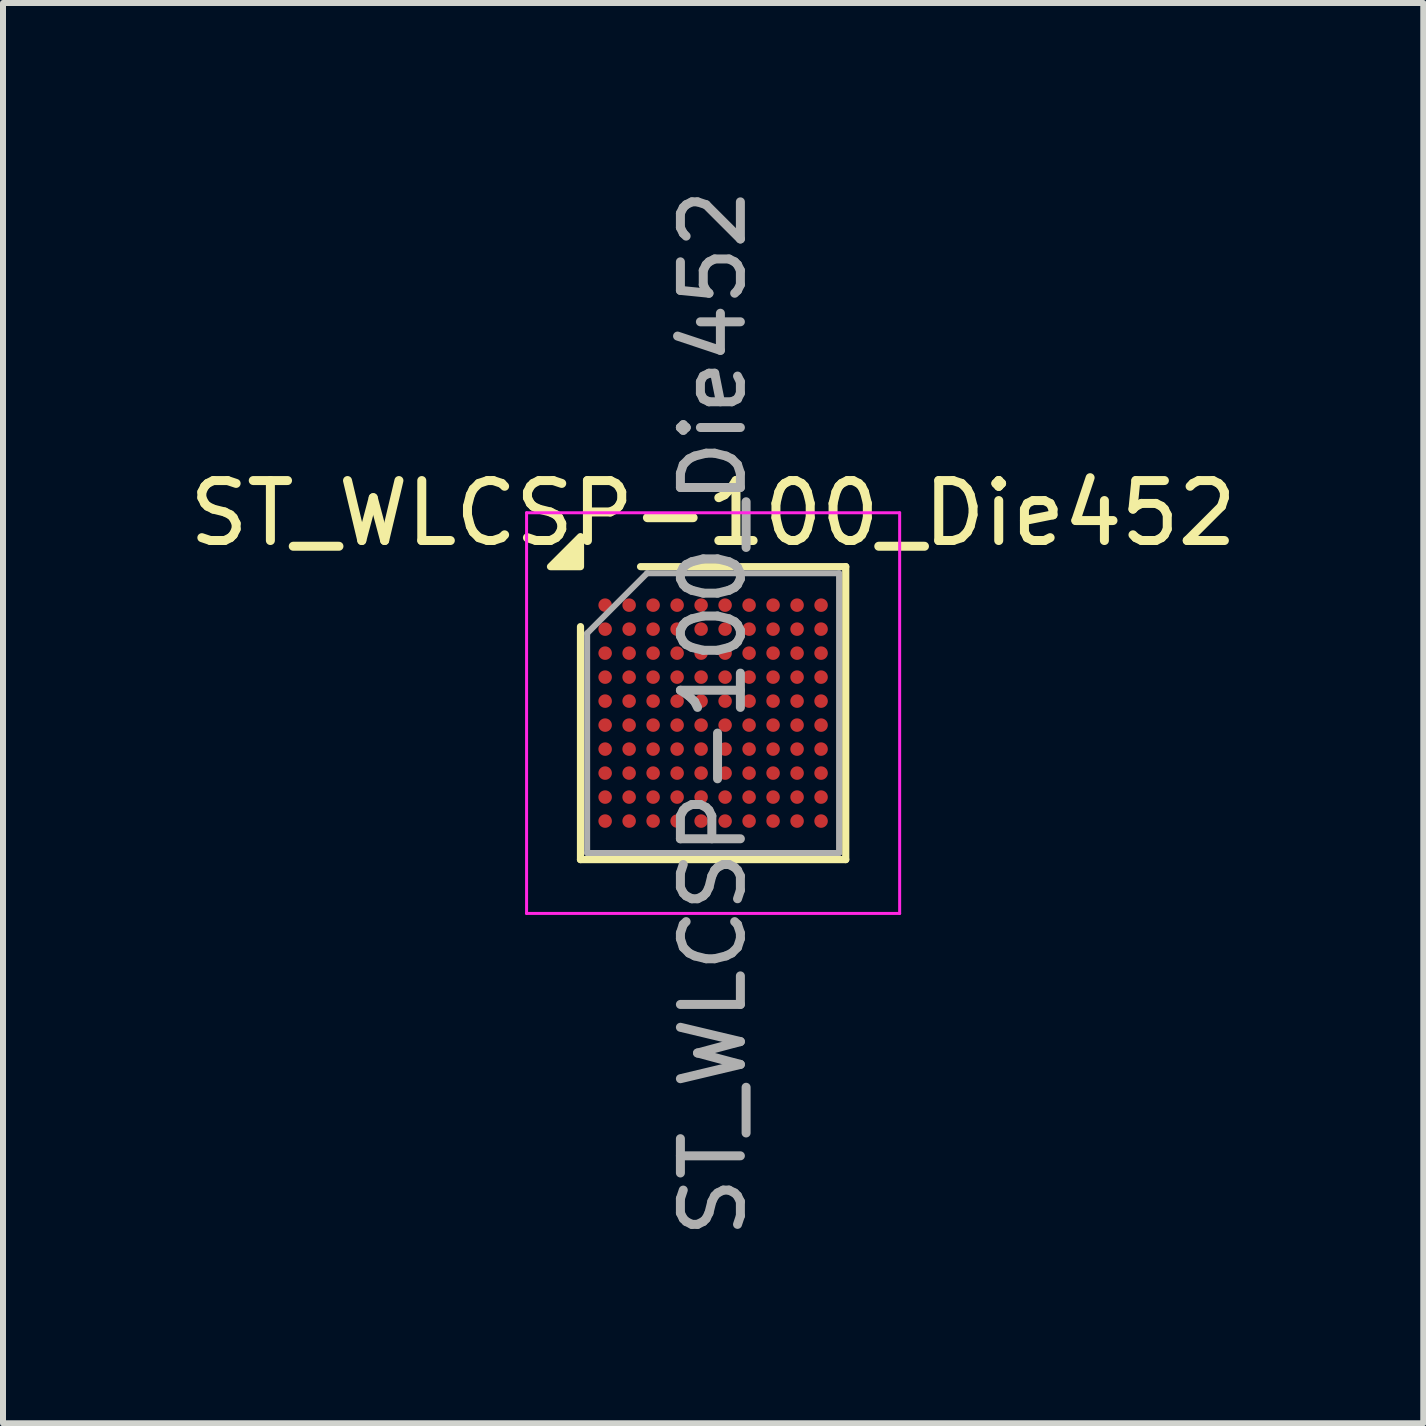
<source format=kicad_pcb>
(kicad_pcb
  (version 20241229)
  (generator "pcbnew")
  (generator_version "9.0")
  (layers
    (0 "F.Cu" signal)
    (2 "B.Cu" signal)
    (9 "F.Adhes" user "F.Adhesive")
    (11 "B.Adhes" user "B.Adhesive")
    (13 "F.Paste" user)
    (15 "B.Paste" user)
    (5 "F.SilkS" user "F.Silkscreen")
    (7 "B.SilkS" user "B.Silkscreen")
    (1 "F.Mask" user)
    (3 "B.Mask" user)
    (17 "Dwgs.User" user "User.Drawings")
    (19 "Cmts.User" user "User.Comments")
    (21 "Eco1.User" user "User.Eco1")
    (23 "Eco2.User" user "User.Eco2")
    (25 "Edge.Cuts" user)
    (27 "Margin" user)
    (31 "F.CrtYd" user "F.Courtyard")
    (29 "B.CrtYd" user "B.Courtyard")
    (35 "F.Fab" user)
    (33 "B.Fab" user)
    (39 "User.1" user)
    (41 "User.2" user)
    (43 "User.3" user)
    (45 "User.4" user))
  (footprint "ST_WLCSP-100_Die452"
    (layer "F.Cu")
    (at 8.839 8.839)
    (property "Reference" "ST_WLCSP-100_Die452" (at 0 -3.332 0) (layer "F.SilkS") (effects (font (size 1 1) (thickness 0.15))))
    (attr smd)
    (fp_line (start -2.211 2.442) (end -2.211 -1.442) (stroke (width 0.12) (type solid)) (layer "F.SilkS"))
    (fp_line (start -1.21 -2.442) (end 2.211 -2.442) (stroke (width 0.12) (type solid)) (layer "F.SilkS"))
    (fp_line (start 2.211 -2.442) (end 2.211 2.442) (stroke (width 0.12) (type solid)) (layer "F.SilkS"))
    (fp_line (start 2.211 2.442) (end -2.211 2.442) (stroke (width 0.12) (type solid)) (layer "F.SilkS"))
    (fp_poly (pts (xy -2.211 -2.442) (xy -2.711 -2.442) (xy -2.211 -2.942) (xy -2.211 -2.442)) (stroke (width 0.12) (type solid)) (fill yes) (layer "F.SilkS"))
    (fp_line (start -3.11 -3.34) (end -3.11 3.34) (stroke (width 0.05) (type solid)) (layer "F.CrtYd"))
    (fp_line (start -3.11 3.34) (end 3.11 3.34) (stroke (width 0.05) (type solid)) (layer "F.CrtYd"))
    (fp_line (start 3.11 -3.34) (end -3.11 -3.34) (stroke (width 0.05) (type solid)) (layer "F.CrtYd"))
    (fp_line (start 3.11 3.34) (end 3.11 -3.34) (stroke (width 0.05) (type solid)) (layer "F.CrtYd"))
    (fp_line (start -2.1 -1.331) (end -1.101 -2.332) (stroke (width 0.1) (type solid)) (layer "F.Fab"))
    (fp_line (start -2.1 2.332) (end -2.1 -1.331) (stroke (width 0.1) (type solid)) (layer "F.Fab"))
    (fp_line (start -1.101 -2.332) (end 2.1 -2.332) (stroke (width 0.1) (type solid)) (layer "F.Fab"))
    (fp_line (start 2.1 -2.332) (end 2.1 2.332) (stroke (width 0.1) (type solid)) (layer "F.Fab"))
    (fp_line (start 2.1 2.332) (end -2.1 2.332) (stroke (width 0.1) (type solid)) (layer "F.Fab"))
    (fp_text user "${REFERENCE}" (at 0 0 270) (layer "F.Fab") (effects (font (size 1 1) (thickness 0.15))))
    (pad "A1" smd circle (at -1.8 -1.8) (size 0.225 0.225) (property pad_prop_bga) (layers "F.Cu" "F.Mask" "F.Paste"))
    (pad "A2" smd circle (at -1.4 -1.8) (size 0.225 0.225) (property pad_prop_bga) (layers "F.Cu" "F.Mask" "F.Paste"))
    (pad "A3" smd circle (at -1 -1.8) (size 0.225 0.225) (property pad_prop_bga) (layers "F.Cu" "F.Mask" "F.Paste"))
    (pad "A4" smd circle (at -0.6 -1.8) (size 0.225 0.225) (property pad_prop_bga) (layers "F.Cu" "F.Mask" "F.Paste"))
    (pad "A5" smd circle (at -0.2 -1.8) (size 0.225 0.225) (property pad_prop_bga) (layers "F.Cu" "F.Mask" "F.Paste"))
    (pad "A6" smd circle (at 0.2 -1.8) (size 0.225 0.225) (property pad_prop_bga) (layers "F.Cu" "F.Mask" "F.Paste"))
    (pad "A7" smd circle (at 0.6 -1.8) (size 0.225 0.225) (property pad_prop_bga) (layers "F.Cu" "F.Mask" "F.Paste"))
    (pad "A8" smd circle (at 1 -1.8) (size 0.225 0.225) (property pad_prop_bga) (layers "F.Cu" "F.Mask" "F.Paste"))
    (pad "A9" smd circle (at 1.4 -1.8) (size 0.225 0.225) (property pad_prop_bga) (layers "F.Cu" "F.Mask" "F.Paste"))
    (pad "A10" smd circle (at 1.8 -1.8) (size 0.225 0.225) (property pad_prop_bga) (layers "F.Cu" "F.Mask" "F.Paste"))
    (pad "B1" smd circle (at -1.8 -1.4) (size 0.225 0.225) (property pad_prop_bga) (layers "F.Cu" "F.Mask" "F.Paste"))
    (pad "B2" smd circle (at -1.4 -1.4) (size 0.225 0.225) (property pad_prop_bga) (layers "F.Cu" "F.Mask" "F.Paste"))
    (pad "B3" smd circle (at -1 -1.4) (size 0.225 0.225) (property pad_prop_bga) (layers "F.Cu" "F.Mask" "F.Paste"))
    (pad "B4" smd circle (at -0.6 -1.4) (size 0.225 0.225) (property pad_prop_bga) (layers "F.Cu" "F.Mask" "F.Paste"))
    (pad "B5" smd circle (at -0.2 -1.4) (size 0.225 0.225) (property pad_prop_bga) (layers "F.Cu" "F.Mask" "F.Paste"))
    (pad "B6" smd circle (at 0.2 -1.4) (size 0.225 0.225) (property pad_prop_bga) (layers "F.Cu" "F.Mask" "F.Paste"))
    (pad "B7" smd circle (at 0.6 -1.4) (size 0.225 0.225) (property pad_prop_bga) (layers "F.Cu" "F.Mask" "F.Paste"))
    (pad "B8" smd circle (at 1 -1.4) (size 0.225 0.225) (property pad_prop_bga) (layers "F.Cu" "F.Mask" "F.Paste"))
    (pad "B9" smd circle (at 1.4 -1.4) (size 0.225 0.225) (property pad_prop_bga) (layers "F.Cu" "F.Mask" "F.Paste"))
    (pad "B10" smd circle (at 1.8 -1.4) (size 0.225 0.225) (property pad_prop_bga) (layers "F.Cu" "F.Mask" "F.Paste"))
    (pad "C1" smd circle (at -1.8 -1) (size 0.225 0.225) (property pad_prop_bga) (layers "F.Cu" "F.Mask" "F.Paste"))
    (pad "C2" smd circle (at -1.4 -1) (size 0.225 0.225) (property pad_prop_bga) (layers "F.Cu" "F.Mask" "F.Paste"))
    (pad "C3" smd circle (at -1 -1) (size 0.225 0.225) (property pad_prop_bga) (layers "F.Cu" "F.Mask" "F.Paste"))
    (pad "C4" smd circle (at -0.6 -1) (size 0.225 0.225) (property pad_prop_bga) (layers "F.Cu" "F.Mask" "F.Paste"))
    (pad "C5" smd circle (at -0.2 -1) (size 0.225 0.225) (property pad_prop_bga) (layers "F.Cu" "F.Mask" "F.Paste"))
    (pad "C6" smd circle (at 0.2 -1) (size 0.225 0.225) (property pad_prop_bga) (layers "F.Cu" "F.Mask" "F.Paste"))
    (pad "C7" smd circle (at 0.6 -1) (size 0.225 0.225) (property pad_prop_bga) (layers "F.Cu" "F.Mask" "F.Paste"))
    (pad "C8" smd circle (at 1 -1) (size 0.225 0.225) (property pad_prop_bga) (layers "F.Cu" "F.Mask" "F.Paste"))
    (pad "C9" smd circle (at 1.4 -1) (size 0.225 0.225) (property pad_prop_bga) (layers "F.Cu" "F.Mask" "F.Paste"))
    (pad "C10" smd circle (at 1.8 -1) (size 0.225 0.225) (property pad_prop_bga) (layers "F.Cu" "F.Mask" "F.Paste"))
    (pad "D1" smd circle (at -1.8 -0.6) (size 0.225 0.225) (property pad_prop_bga) (layers "F.Cu" "F.Mask" "F.Paste"))
    (pad "D2" smd circle (at -1.4 -0.6) (size 0.225 0.225) (property pad_prop_bga) (layers "F.Cu" "F.Mask" "F.Paste"))
    (pad "D3" smd circle (at -1 -0.6) (size 0.225 0.225) (property pad_prop_bga) (layers "F.Cu" "F.Mask" "F.Paste"))
    (pad "D4" smd circle (at -0.6 -0.6) (size 0.225 0.225) (property pad_prop_bga) (layers "F.Cu" "F.Mask" "F.Paste"))
    (pad "D5" smd circle (at -0.2 -0.6) (size 0.225 0.225) (property pad_prop_bga) (layers "F.Cu" "F.Mask" "F.Paste"))
    (pad "D6" smd circle (at 0.2 -0.6) (size 0.225 0.225) (property pad_prop_bga) (layers "F.Cu" "F.Mask" "F.Paste"))
    (pad "D7" smd circle (at 0.6 -0.6) (size 0.225 0.225) (property pad_prop_bga) (layers "F.Cu" "F.Mask" "F.Paste"))
    (pad "D8" smd circle (at 1 -0.6) (size 0.225 0.225) (property pad_prop_bga) (layers "F.Cu" "F.Mask" "F.Paste"))
    (pad "D9" smd circle (at 1.4 -0.6) (size 0.225 0.225) (property pad_prop_bga) (layers "F.Cu" "F.Mask" "F.Paste"))
    (pad "D10" smd circle (at 1.8 -0.6) (size 0.225 0.225) (property pad_prop_bga) (layers "F.Cu" "F.Mask" "F.Paste"))
    (pad "E1" smd circle (at -1.8 -0.2) (size 0.225 0.225) (property pad_prop_bga) (layers "F.Cu" "F.Mask" "F.Paste"))
    (pad "E2" smd circle (at -1.4 -0.2) (size 0.225 0.225) (property pad_prop_bga) (layers "F.Cu" "F.Mask" "F.Paste"))
    (pad "E3" smd circle (at -1 -0.2) (size 0.225 0.225) (property pad_prop_bga) (layers "F.Cu" "F.Mask" "F.Paste"))
    (pad "E4" smd circle (at -0.6 -0.2) (size 0.225 0.225) (property pad_prop_bga) (layers "F.Cu" "F.Mask" "F.Paste"))
    (pad "E5" smd circle (at -0.2 -0.2) (size 0.225 0.225) (property pad_prop_bga) (layers "F.Cu" "F.Mask" "F.Paste"))
    (pad "E6" smd circle (at 0.2 -0.2) (size 0.225 0.225) (property pad_prop_bga) (layers "F.Cu" "F.Mask" "F.Paste"))
    (pad "E7" smd circle (at 0.6 -0.2) (size 0.225 0.225) (property pad_prop_bga) (layers "F.Cu" "F.Mask" "F.Paste"))
    (pad "E8" smd circle (at 1 -0.2) (size 0.225 0.225) (property pad_prop_bga) (layers "F.Cu" "F.Mask" "F.Paste"))
    (pad "E9" smd circle (at 1.4 -0.2) (size 0.225 0.225) (property pad_prop_bga) (layers "F.Cu" "F.Mask" "F.Paste"))
    (pad "E10" smd circle (at 1.8 -0.2) (size 0.225 0.225) (property pad_prop_bga) (layers "F.Cu" "F.Mask" "F.Paste"))
    (pad "F1" smd circle (at -1.8 0.2) (size 0.225 0.225) (property pad_prop_bga) (layers "F.Cu" "F.Mask" "F.Paste"))
    (pad "F2" smd circle (at -1.4 0.2) (size 0.225 0.225) (property pad_prop_bga) (layers "F.Cu" "F.Mask" "F.Paste"))
    (pad "F3" smd circle (at -1 0.2) (size 0.225 0.225) (property pad_prop_bga) (layers "F.Cu" "F.Mask" "F.Paste"))
    (pad "F4" smd circle (at -0.6 0.2) (size 0.225 0.225) (property pad_prop_bga) (layers "F.Cu" "F.Mask" "F.Paste"))
    (pad "F5" smd circle (at -0.2 0.2) (size 0.225 0.225) (property pad_prop_bga) (layers "F.Cu" "F.Mask" "F.Paste"))
    (pad "F6" smd circle (at 0.2 0.2) (size 0.225 0.225) (property pad_prop_bga) (layers "F.Cu" "F.Mask" "F.Paste"))
    (pad "F7" smd circle (at 0.6 0.2) (size 0.225 0.225) (property pad_prop_bga) (layers "F.Cu" "F.Mask" "F.Paste"))
    (pad "F8" smd circle (at 1 0.2) (size 0.225 0.225) (property pad_prop_bga) (layers "F.Cu" "F.Mask" "F.Paste"))
    (pad "F9" smd circle (at 1.4 0.2) (size 0.225 0.225) (property pad_prop_bga) (layers "F.Cu" "F.Mask" "F.Paste"))
    (pad "F10" smd circle (at 1.8 0.2) (size 0.225 0.225) (property pad_prop_bga) (layers "F.Cu" "F.Mask" "F.Paste"))
    (pad "G1" smd circle (at -1.8 0.6) (size 0.225 0.225) (property pad_prop_bga) (layers "F.Cu" "F.Mask" "F.Paste"))
    (pad "G2" smd circle (at -1.4 0.6) (size 0.225 0.225) (property pad_prop_bga) (layers "F.Cu" "F.Mask" "F.Paste"))
    (pad "G3" smd circle (at -1 0.6) (size 0.225 0.225) (property pad_prop_bga) (layers "F.Cu" "F.Mask" "F.Paste"))
    (pad "G4" smd circle (at -0.6 0.6) (size 0.225 0.225) (property pad_prop_bga) (layers "F.Cu" "F.Mask" "F.Paste"))
    (pad "G5" smd circle (at -0.2 0.6) (size 0.225 0.225) (property pad_prop_bga) (layers "F.Cu" "F.Mask" "F.Paste"))
    (pad "G6" smd circle (at 0.2 0.6) (size 0.225 0.225) (property pad_prop_bga) (layers "F.Cu" "F.Mask" "F.Paste"))
    (pad "G7" smd circle (at 0.6 0.6) (size 0.225 0.225) (property pad_prop_bga) (layers "F.Cu" "F.Mask" "F.Paste"))
    (pad "G8" smd circle (at 1 0.6) (size 0.225 0.225) (property pad_prop_bga) (layers "F.Cu" "F.Mask" "F.Paste"))
    (pad "G9" smd circle (at 1.4 0.6) (size 0.225 0.225) (property pad_prop_bga) (layers "F.Cu" "F.Mask" "F.Paste"))
    (pad "G10" smd circle (at 1.8 0.6) (size 0.225 0.225) (property pad_prop_bga) (layers "F.Cu" "F.Mask" "F.Paste"))
    (pad "H1" smd circle (at -1.8 1) (size 0.225 0.225) (property pad_prop_bga) (layers "F.Cu" "F.Mask" "F.Paste"))
    (pad "H2" smd circle (at -1.4 1) (size 0.225 0.225) (property pad_prop_bga) (layers "F.Cu" "F.Mask" "F.Paste"))
    (pad "H3" smd circle (at -1 1) (size 0.225 0.225) (property pad_prop_bga) (layers "F.Cu" "F.Mask" "F.Paste"))
    (pad "H4" smd circle (at -0.6 1) (size 0.225 0.225) (property pad_prop_bga) (layers "F.Cu" "F.Mask" "F.Paste"))
    (pad "H5" smd circle (at -0.2 1) (size 0.225 0.225) (property pad_prop_bga) (layers "F.Cu" "F.Mask" "F.Paste"))
    (pad "H6" smd circle (at 0.2 1) (size 0.225 0.225) (property pad_prop_bga) (layers "F.Cu" "F.Mask" "F.Paste"))
    (pad "H7" smd circle (at 0.6 1) (size 0.225 0.225) (property pad_prop_bga) (layers "F.Cu" "F.Mask" "F.Paste"))
    (pad "H8" smd circle (at 1 1) (size 0.225 0.225) (property pad_prop_bga) (layers "F.Cu" "F.Mask" "F.Paste"))
    (pad "H9" smd circle (at 1.4 1) (size 0.225 0.225) (property pad_prop_bga) (layers "F.Cu" "F.Mask" "F.Paste"))
    (pad "H10" smd circle (at 1.8 1) (size 0.225 0.225) (property pad_prop_bga) (layers "F.Cu" "F.Mask" "F.Paste"))
    (pad "J1" smd circle (at -1.8 1.4) (size 0.225 0.225) (property pad_prop_bga) (layers "F.Cu" "F.Mask" "F.Paste"))
    (pad "J2" smd circle (at -1.4 1.4) (size 0.225 0.225) (property pad_prop_bga) (layers "F.Cu" "F.Mask" "F.Paste"))
    (pad "J3" smd circle (at -1 1.4) (size 0.225 0.225) (property pad_prop_bga) (layers "F.Cu" "F.Mask" "F.Paste"))
    (pad "J4" smd circle (at -0.6 1.4) (size 0.225 0.225) (property pad_prop_bga) (layers "F.Cu" "F.Mask" "F.Paste"))
    (pad "J5" smd circle (at -0.2 1.4) (size 0.225 0.225) (property pad_prop_bga) (layers "F.Cu" "F.Mask" "F.Paste"))
    (pad "J6" smd circle (at 0.2 1.4) (size 0.225 0.225) (property pad_prop_bga) (layers "F.Cu" "F.Mask" "F.Paste"))
    (pad "J7" smd circle (at 0.6 1.4) (size 0.225 0.225) (property pad_prop_bga) (layers "F.Cu" "F.Mask" "F.Paste"))
    (pad "J8" smd circle (at 1 1.4) (size 0.225 0.225) (property pad_prop_bga) (layers "F.Cu" "F.Mask" "F.Paste"))
    (pad "J9" smd circle (at 1.4 1.4) (size 0.225 0.225) (property pad_prop_bga) (layers "F.Cu" "F.Mask" "F.Paste"))
    (pad "J10" smd circle (at 1.8 1.4) (size 0.225 0.225) (property pad_prop_bga) (layers "F.Cu" "F.Mask" "F.Paste"))
    (pad "K1" smd circle (at -1.8 1.8) (size 0.225 0.225) (property pad_prop_bga) (layers "F.Cu" "F.Mask" "F.Paste"))
    (pad "K2" smd circle (at -1.4 1.8) (size 0.225 0.225) (property pad_prop_bga) (layers "F.Cu" "F.Mask" "F.Paste"))
    (pad "K3" smd circle (at -1 1.8) (size 0.225 0.225) (property pad_prop_bga) (layers "F.Cu" "F.Mask" "F.Paste"))
    (pad "K4" smd circle (at -0.6 1.8) (size 0.225 0.225) (property pad_prop_bga) (layers "F.Cu" "F.Mask" "F.Paste"))
    (pad "K5" smd circle (at -0.2 1.8) (size 0.225 0.225) (property pad_prop_bga) (layers "F.Cu" "F.Mask" "F.Paste"))
    (pad "K6" smd circle (at 0.2 1.8) (size 0.225 0.225) (property pad_prop_bga) (layers "F.Cu" "F.Mask" "F.Paste"))
    (pad "K7" smd circle (at 0.6 1.8) (size 0.225 0.225) (property pad_prop_bga) (layers "F.Cu" "F.Mask" "F.Paste"))
    (pad "K8" smd circle (at 1 1.8) (size 0.225 0.225) (property pad_prop_bga) (layers "F.Cu" "F.Mask" "F.Paste"))
    (pad "K9" smd circle (at 1.4 1.8) (size 0.225 0.225) (property pad_prop_bga) (layers "F.Cu" "F.Mask" "F.Paste"))
    (pad "K10" smd circle (at 1.8 1.8) (size 0.225 0.225) (property pad_prop_bga) (layers "F.Cu" "F.Mask" "F.Paste")))
  (gr_rect
    (start -3 -3)
    (end 20.679 20.679)
    (stroke (width 0.1) (type default))
    (fill no)
    (layer "Edge.Cuts")))
</source>
